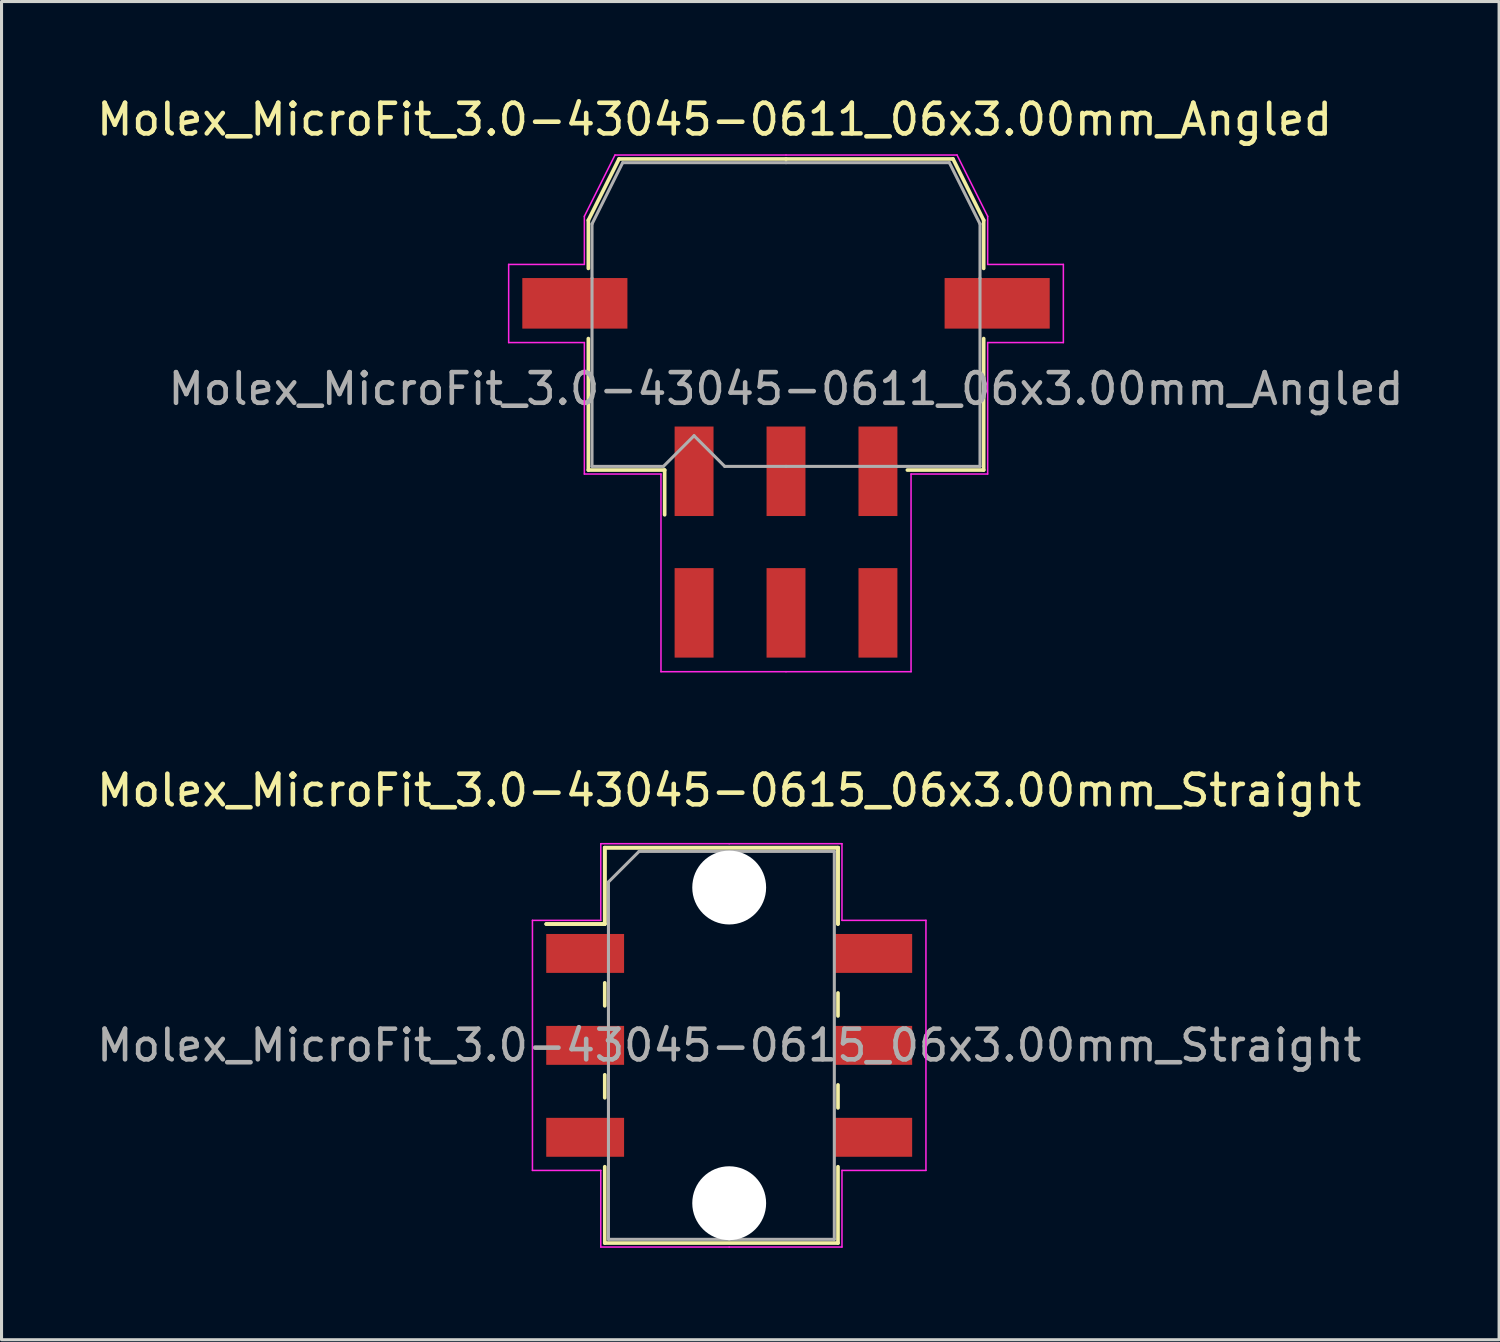
<source format=kicad_pcb>
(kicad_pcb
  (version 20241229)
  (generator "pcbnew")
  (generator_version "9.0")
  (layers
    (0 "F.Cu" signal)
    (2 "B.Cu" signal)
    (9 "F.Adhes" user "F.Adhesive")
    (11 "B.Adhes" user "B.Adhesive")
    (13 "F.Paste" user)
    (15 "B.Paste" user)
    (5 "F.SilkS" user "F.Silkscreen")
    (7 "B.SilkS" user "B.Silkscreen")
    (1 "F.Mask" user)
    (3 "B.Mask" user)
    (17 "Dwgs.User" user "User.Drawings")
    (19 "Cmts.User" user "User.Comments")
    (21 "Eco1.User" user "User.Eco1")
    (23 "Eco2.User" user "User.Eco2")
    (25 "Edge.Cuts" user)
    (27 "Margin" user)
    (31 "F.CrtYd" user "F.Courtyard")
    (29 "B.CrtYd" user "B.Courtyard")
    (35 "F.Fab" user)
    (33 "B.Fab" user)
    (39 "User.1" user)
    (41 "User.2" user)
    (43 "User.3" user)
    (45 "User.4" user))
  (footprint "Molex_MicroFit_3.0-43045-0611_06x3.00mm_Angled"
    (layer "F.Cu")
    (at 22.598 14.638)
    (property "Reference" "Molex_MicroFit_3.0-43045-0611_06x3.00mm_Angled" (at -2.33 -13.79 0) (layer "F.SilkS") (effects (font (size 1 1) (thickness 0.15))))
    (attr smd)
    (fp_line (start -6.45 -10.5) (end -6.45 -8.93) (stroke (width 0.12) (type solid)) (layer "F.SilkS"))
    (fp_line (start -6.45 -6.64) (end -6.45 -2.35) (stroke (width 0.12) (type solid)) (layer "F.SilkS"))
    (fp_line (start -6.45 -2.35) (end -3.96 -2.35) (stroke (width 0.12) (type solid)) (layer "F.SilkS"))
    (fp_line (start -5.45 -12.5) (end -6.45 -10.5) (stroke (width 0.12) (type solid)) (layer "F.SilkS"))
    (fp_line (start -3.96 -2.35) (end -3.96 -0.89) (stroke (width 0.12) (type solid)) (layer "F.SilkS"))
    (fp_line (start 0 -12.5) (end -5.45 -12.5) (stroke (width 0.12) (type solid)) (layer "F.SilkS"))
    (fp_line (start 0 -12.5) (end 5.45 -12.5) (stroke (width 0.12) (type solid)) (layer "F.SilkS"))
    (fp_line (start 5.45 -12.5) (end 6.45 -10.5) (stroke (width 0.12) (type solid)) (layer "F.SilkS"))
    (fp_line (start 6.45 -10.5) (end 6.45 -8.93) (stroke (width 0.12) (type solid)) (layer "F.SilkS"))
    (fp_line (start 6.45 -6.64) (end 6.45 -2.35) (stroke (width 0.12) (type solid)) (layer "F.SilkS"))
    (fp_line (start 6.45 -2.35) (end 3.96 -2.35) (stroke (width 0.12) (type solid)) (layer "F.SilkS"))
    (fp_line (start -9.05 -9.06) (end -9.05 -6.51) (stroke (width 0.05) (type solid)) (layer "F.CrtYd"))
    (fp_line (start -9.05 -6.51) (end -6.58 -6.51) (stroke (width 0.05) (type solid)) (layer "F.CrtYd"))
    (fp_line (start -6.58 -10.63) (end -6.58 -9.06) (stroke (width 0.05) (type solid)) (layer "F.CrtYd"))
    (fp_line (start -6.58 -9.06) (end -9.05 -9.06) (stroke (width 0.05) (type solid)) (layer "F.CrtYd"))
    (fp_line (start -6.58 -6.51) (end -6.58 -2.22) (stroke (width 0.05) (type solid)) (layer "F.CrtYd"))
    (fp_line (start -6.58 -2.22) (end -4.08 -2.22) (stroke (width 0.05) (type solid)) (layer "F.CrtYd"))
    (fp_line (start -5.58 -12.63) (end -6.58 -10.63) (stroke (width 0.05) (type solid)) (layer "F.CrtYd"))
    (fp_line (start -4.08 -2.22) (end -4.08 4.23) (stroke (width 0.05) (type solid)) (layer "F.CrtYd"))
    (fp_line (start -4.08 4.23) (end 0 4.23) (stroke (width 0.05) (type solid)) (layer "F.CrtYd"))
    (fp_line (start 0 -12.63) (end -5.58 -12.63) (stroke (width 0.05) (type solid)) (layer "F.CrtYd"))
    (fp_line (start 0 -12.63) (end 5.58 -12.63) (stroke (width 0.05) (type solid)) (layer "F.CrtYd"))
    (fp_line (start 4.08 -2.22) (end 4.08 4.23) (stroke (width 0.05) (type solid)) (layer "F.CrtYd"))
    (fp_line (start 4.08 4.23) (end 0 4.23) (stroke (width 0.05) (type solid)) (layer "F.CrtYd"))
    (fp_line (start 5.58 -12.63) (end 6.58 -10.63) (stroke (width 0.05) (type solid)) (layer "F.CrtYd"))
    (fp_line (start 6.58 -10.63) (end 6.58 -9.06) (stroke (width 0.05) (type solid)) (layer "F.CrtYd"))
    (fp_line (start 6.58 -9.06) (end 9.05 -9.06) (stroke (width 0.05) (type solid)) (layer "F.CrtYd"))
    (fp_line (start 6.58 -6.51) (end 6.58 -2.22) (stroke (width 0.05) (type solid)) (layer "F.CrtYd"))
    (fp_line (start 6.58 -2.22) (end 4.08 -2.22) (stroke (width 0.05) (type solid)) (layer "F.CrtYd"))
    (fp_line (start 9.05 -9.06) (end 9.05 -6.51) (stroke (width 0.05) (type solid)) (layer "F.CrtYd"))
    (fp_line (start 9.05 -6.51) (end 6.58 -6.51) (stroke (width 0.05) (type solid)) (layer "F.CrtYd"))
    (fp_line (start -6.33 -10.38) (end -6.33 -8.61) (stroke (width 0.1) (type solid)) (layer "F.Fab"))
    (fp_line (start -6.33 -8.61) (end -6.33 -2.47) (stroke (width 0.1) (type solid)) (layer "F.Fab"))
    (fp_line (start -6.33 -2.47) (end -4 -2.47) (stroke (width 0.1) (type solid)) (layer "F.Fab"))
    (fp_line (start -5.33 -12.38) (end -6.33 -10.38) (stroke (width 0.1) (type solid)) (layer "F.Fab"))
    (fp_line (start -4 -2.47) (end -3 -3.47) (stroke (width 0.1) (type solid)) (layer "F.Fab"))
    (fp_line (start -3 -3.47) (end -2 -2.47) (stroke (width 0.1) (type solid)) (layer "F.Fab"))
    (fp_line (start -2 -2.47) (end 0 -2.47) (stroke (width 0.1) (type solid)) (layer "F.Fab"))
    (fp_line (start 0 -12.38) (end -5.33 -12.38) (stroke (width 0.1) (type solid)) (layer "F.Fab"))
    (fp_line (start 0 -12.38) (end 5.33 -12.38) (stroke (width 0.1) (type solid)) (layer "F.Fab"))
    (fp_line (start 3.63 -2.47) (end 0 -2.47) (stroke (width 0.1) (type solid)) (layer "F.Fab"))
    (fp_line (start 5.33 -12.38) (end 6.33 -10.38) (stroke (width 0.1) (type solid)) (layer "F.Fab"))
    (fp_line (start 6.33 -10.38) (end 6.33 -8.61) (stroke (width 0.1) (type solid)) (layer "F.Fab"))
    (fp_line (start 6.33 -8.61) (end 6.33 -2.47) (stroke (width 0.1) (type solid)) (layer "F.Fab"))
    (fp_line (start 6.33 -2.47) (end 3.63 -2.47) (stroke (width 0.1) (type solid)) (layer "F.Fab"))
    (fp_text user "${REFERENCE}" (at 0 -5 0) (layer "F.Fab") (effects (font (size 1 1) (thickness 0.15))))
    (pad "" smd rect (at -6.89 -7.79) (size 3.43 1.65) (layers "F.Cu" "F.Mask" "F.Paste"))
    (pad "" smd rect (at 6.89 -7.79) (size 3.43 1.65) (layers "F.Cu" "F.Mask" "F.Paste"))
    (pad "1" smd rect (at -3 -2.31) (size 1.27 2.92) (layers "F.Cu" "F.Mask" "F.Paste"))
    (pad "2" smd rect (at 0 -2.31) (size 1.27 2.92) (layers "F.Cu" "F.Mask" "F.Paste"))
    (pad "3" smd rect (at 3 -2.31) (size 1.27 2.92) (layers "F.Cu" "F.Mask" "F.Paste"))
    (pad "4" smd rect (at 3 2.31) (size 1.27 2.92) (layers "F.Cu" "F.Mask" "F.Paste"))
    (pad "5" smd rect (at 0 2.31) (size 1.27 2.92) (layers "F.Cu" "F.Mask" "F.Paste"))
    (pad "6" smd rect (at -3 2.31) (size 1.27 2.92) (layers "F.Cu" "F.Mask" "F.Paste")))
  (footprint "Molex_MicroFit_3.0-43045-0615_06x3.00mm_Straight"
    (layer "F.Cu")
    (at 20.744 31.061)
    (property "Reference" "Molex_MicroFit_3.0-43045-0615_06x3.00mm_Straight" (at 0 -8.32 0) (layer "F.SilkS") (effects (font (size 1 1) (thickness 0.15))))
    (attr smd)
    (fp_line (start -5.97 -3.96) (end -4.06 -3.96) (stroke (width 0.12) (type solid)) (layer "F.SilkS"))
    (fp_line (start -5.97 -3.96) (end -4.06 -3.96) (stroke (width 0.12) (type solid)) (layer "F.SilkS"))
    (fp_line (start -4.06 -6.45) (end 3.55 -6.45) (stroke (width 0.12) (type solid)) (layer "F.SilkS"))
    (fp_line (start -4.06 -6.45) (end 3.55 -6.45) (stroke (width 0.12) (type solid)) (layer "F.SilkS"))
    (fp_line (start -4.06 -3.96) (end -4.06 -6.45) (stroke (width 0.12) (type solid)) (layer "F.SilkS"))
    (fp_line (start -4.06 -3.96) (end -4.06 -6.45) (stroke (width 0.12) (type solid)) (layer "F.SilkS"))
    (fp_line (start -4.06 -2.04) (end -4.06 -1.29) (stroke (width 0.12) (type solid)) (layer "F.SilkS"))
    (fp_line (start -4.06 0.96) (end -4.06 1.71) (stroke (width 0.12) (type solid)) (layer "F.SilkS"))
    (fp_line (start -4.06 6.45) (end -4.06 3.96) (stroke (width 0.12) (type solid)) (layer "F.SilkS"))
    (fp_line (start 3.55 -6.45) (end 3.55 -3.96) (stroke (width 0.12) (type solid)) (layer "F.SilkS"))
    (fp_line (start 3.55 -6.45) (end 3.55 -3.96) (stroke (width 0.12) (type solid)) (layer "F.SilkS"))
    (fp_line (start 3.55 -0.96) (end 3.55 -1.71) (stroke (width 0.12) (type solid)) (layer "F.SilkS"))
    (fp_line (start 3.55 2.04) (end 3.55 1.29) (stroke (width 0.12) (type solid)) (layer "F.SilkS"))
    (fp_line (start 3.55 3.96) (end 3.55 6.45) (stroke (width 0.12) (type solid)) (layer "F.SilkS"))
    (fp_line (start 3.55 6.45) (end -4.06 6.45) (stroke (width 0.12) (type solid)) (layer "F.SilkS"))
    (fp_line (start -6.42 -4.08) (end -4.19 -4.08) (stroke (width 0.05) (type solid)) (layer "F.CrtYd"))
    (fp_line (start -6.42 4.08) (end -6.42 -4.08) (stroke (width 0.05) (type solid)) (layer "F.CrtYd"))
    (fp_line (start -4.19 -6.58) (end 0 -6.58) (stroke (width 0.05) (type solid)) (layer "F.CrtYd"))
    (fp_line (start -4.19 -4.08) (end -4.19 -6.58) (stroke (width 0.05) (type solid)) (layer "F.CrtYd"))
    (fp_line (start -4.19 4.08) (end -6.42 4.08) (stroke (width 0.05) (type solid)) (layer "F.CrtYd"))
    (fp_line (start -4.19 6.58) (end -4.19 4.08) (stroke (width 0.05) (type solid)) (layer "F.CrtYd"))
    (fp_line (start 0 -6.58) (end 3.68 -6.58) (stroke (width 0.05) (type solid)) (layer "F.CrtYd"))
    (fp_line (start 0 6.58) (end -4.19 6.58) (stroke (width 0.05) (type solid)) (layer "F.CrtYd"))
    (fp_line (start 3.68 -6.58) (end 3.68 -4.08) (stroke (width 0.05) (type solid)) (layer "F.CrtYd"))
    (fp_line (start 3.68 -4.08) (end 6.42 -4.08) (stroke (width 0.05) (type solid)) (layer "F.CrtYd"))
    (fp_line (start 3.68 4.08) (end 3.68 6.58) (stroke (width 0.05) (type solid)) (layer "F.CrtYd"))
    (fp_line (start 3.68 6.58) (end 0 6.58) (stroke (width 0.05) (type solid)) (layer "F.CrtYd"))
    (fp_line (start 6.42 -4.08) (end 6.42 4.08) (stroke (width 0.05) (type solid)) (layer "F.CrtYd"))
    (fp_line (start 6.42 4.08) (end 3.68 4.08) (stroke (width 0.05) (type solid)) (layer "F.CrtYd"))
    (fp_line (start -3.94 -5.33) (end -2.94 -6.33) (stroke (width 0.1) (type solid)) (layer "F.Fab"))
    (fp_line (start -3.94 6.33) (end -3.94 -5.33) (stroke (width 0.1) (type solid)) (layer "F.Fab"))
    (fp_line (start -2.94 -6.33) (end 0 -6.33) (stroke (width 0.1) (type solid)) (layer "F.Fab"))
    (fp_line (start 0 -6.33) (end 3.43 -6.33) (stroke (width 0.1) (type solid)) (layer "F.Fab"))
    (fp_line (start 0 6.33) (end -3.94 6.33) (stroke (width 0.1) (type solid)) (layer "F.Fab"))
    (fp_line (start 3.43 -6.33) (end 3.43 6.33) (stroke (width 0.1) (type solid)) (layer "F.Fab"))
    (fp_line (start 3.43 6.33) (end 0 6.33) (stroke (width 0.1) (type solid)) (layer "F.Fab"))
    (fp_text user "${REFERENCE}" (at 0 0 0) (layer "F.Fab") (effects (font (size 1 1) (thickness 0.15))))
    (pad "" np_thru_hole circle (at 0 -5.15) (size 2.41 2.41) (drill 2.41) (layers "*.Cu"))
    (pad "" np_thru_hole circle (at 0 5.15) (size 2.41 2.41) (drill 2.41) (layers "*.Cu"))
    (pad "1" smd rect (at -4.7 -3) (size 2.54 1.27) (layers "F.Cu" "F.Mask" "F.Paste"))
    (pad "2" smd rect (at -4.7 0) (size 2.54 1.27) (layers "F.Cu" "F.Mask" "F.Paste"))
    (pad "3" smd rect (at -4.7 3) (size 2.54 1.27) (layers "F.Cu" "F.Mask" "F.Paste"))
    (pad "4" smd rect (at 4.7 3) (size 2.54 1.27) (layers "F.Cu" "F.Mask" "F.Paste"))
    (pad "5" smd rect (at 4.7 0) (size 2.54 1.27) (layers "F.Cu" "F.Mask" "F.Paste"))
    (pad "6" smd rect (at 4.7 -3) (size 2.54 1.27) (layers "F.Cu" "F.Mask" "F.Paste")))
  (gr_rect
    (start -3 -3)
    (end 45.866 40.666)
    (stroke (width 0.1) (type default))
    (fill no)
    (layer "Edge.Cuts")))
</source>
